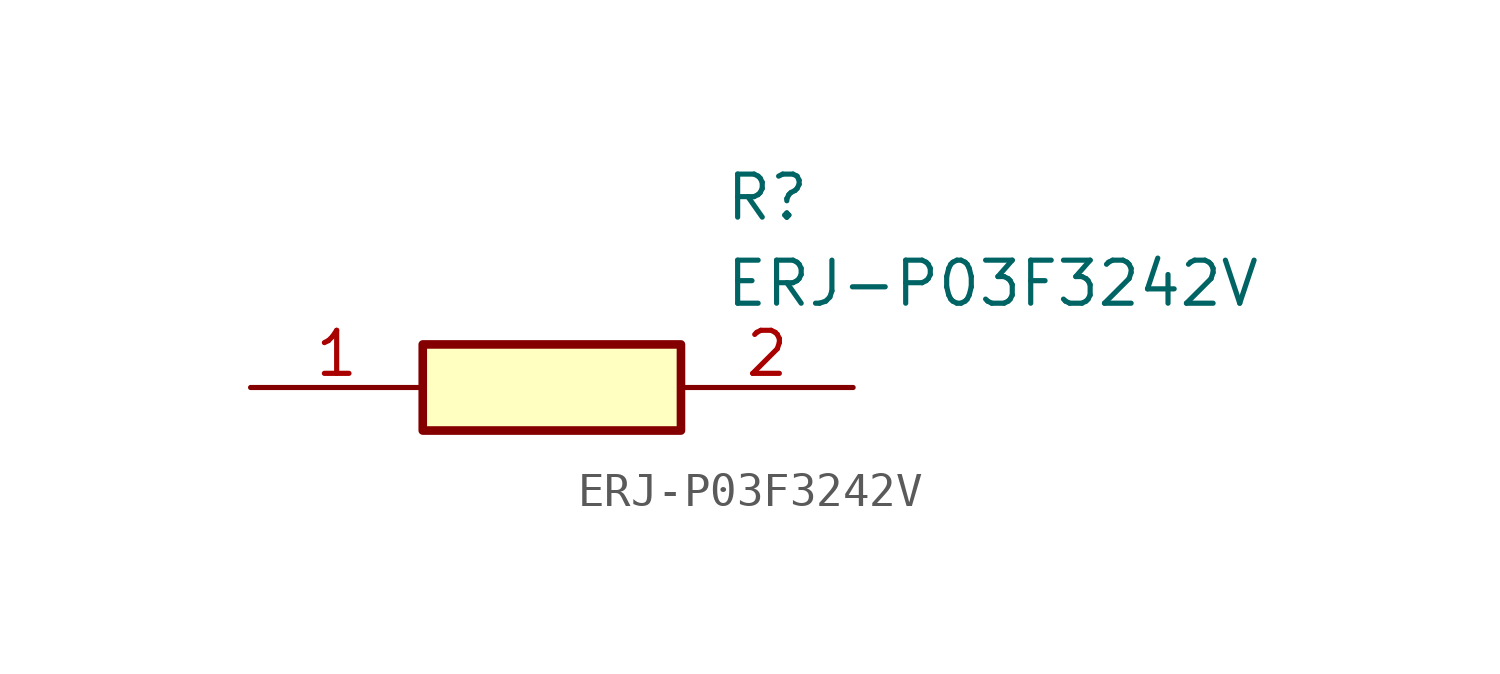
<source format=kicad_sym>
(kicad_symbol_lib
  (version 20211014)
  (generator SamacSys_ECAD_Model)
  (symbol "ERJ-P03F3242V"
    (pin_names hide)
    (property "Reference" "R"
      (at 13.97 6.35 0)
      (effects (font (size 1.27 1.27)) (justify left top)))
    (property "Value" "ERJ-P03F3242V"
      (at 13.97 3.81 0)
      (effects (font (size 1.27 1.27)) (justify left top)))
    (rectangle
      (start 5.08 1.27)
      (end 12.7 -1.27)
      (stroke (width 0.254) (type default))
      (fill (type background)))
    (pin passive line
      (at 0 0 0)
      (length 5.08)
      (name "1" (effects (font (size 1.27 1.27))))
      (number "1" (effects (font (size 1.27 1.27)))))
    (pin passive line
      (at 17.78 0 180)
      (length 5.08)
      (name "2" (effects (font (size 1.27 1.27))))
      (number "2" (effects (font (size 1.27 1.27)))))))
</source>
